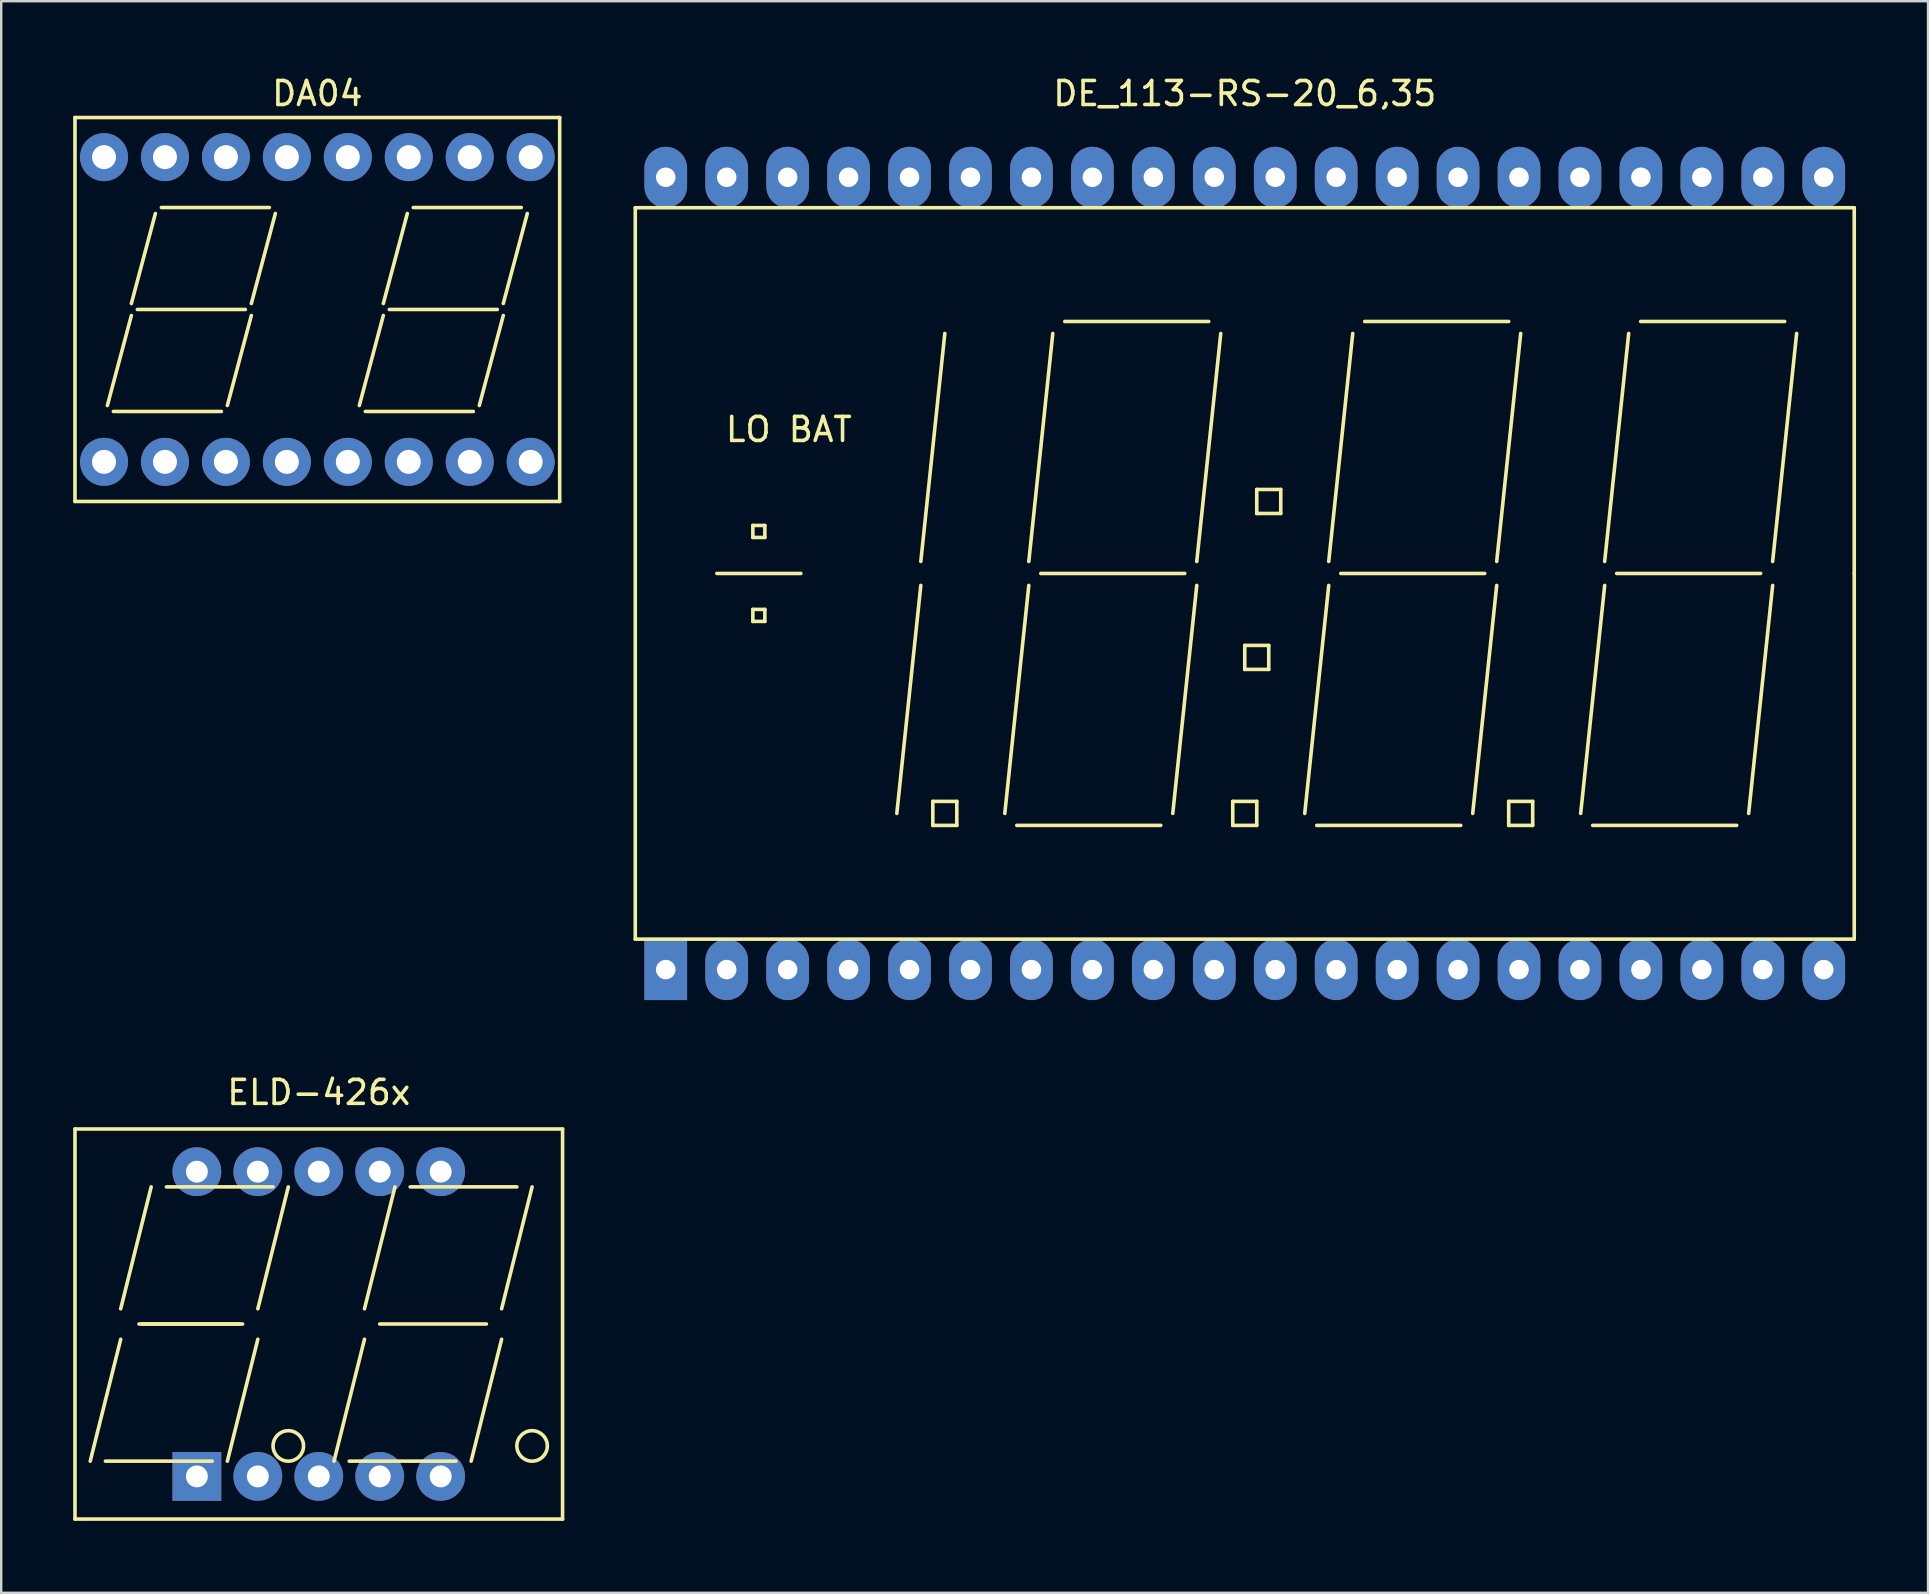
<source format=kicad_pcb>
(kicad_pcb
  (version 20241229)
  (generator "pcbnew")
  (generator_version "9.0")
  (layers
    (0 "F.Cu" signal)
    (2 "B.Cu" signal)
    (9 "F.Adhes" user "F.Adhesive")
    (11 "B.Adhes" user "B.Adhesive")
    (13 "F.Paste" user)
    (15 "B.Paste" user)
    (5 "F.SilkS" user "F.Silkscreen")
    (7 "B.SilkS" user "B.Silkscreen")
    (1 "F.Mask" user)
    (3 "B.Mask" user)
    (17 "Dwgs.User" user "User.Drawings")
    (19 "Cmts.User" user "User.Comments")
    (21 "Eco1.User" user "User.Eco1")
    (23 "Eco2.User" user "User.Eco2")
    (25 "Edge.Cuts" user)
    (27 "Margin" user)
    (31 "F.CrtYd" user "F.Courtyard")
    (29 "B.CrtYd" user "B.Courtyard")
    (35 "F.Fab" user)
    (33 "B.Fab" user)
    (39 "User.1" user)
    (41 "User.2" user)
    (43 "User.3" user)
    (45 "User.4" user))
  (footprint "DA04"
    (layer "F.Cu")
    (at 10.175 9.848)
    (property "Reference" "DA04" (at 0 -9 0) (layer "F.SilkS") (effects (font (size 1 1) (thickness 0.15))))
    (attr through_hole)
    (fp_line (start -10.1 -8) (end 10.1 -8) (stroke (width 0.15) (type solid)) (layer "F.SilkS"))
    (fp_line (start -10.1 8) (end -10.1 -8) (stroke (width 0.15) (type solid)) (layer "F.SilkS"))
    (fp_line (start -8.75 4) (end -7.75 0.25) (stroke (width 0.15) (type solid)) (layer "F.SilkS"))
    (fp_line (start -8.5 4.25) (end -4 4.25) (stroke (width 0.15) (type solid)) (layer "F.SilkS"))
    (fp_line (start -7.75 -0.25) (end -6.75 -4) (stroke (width 0.15) (type solid)) (layer "F.SilkS"))
    (fp_line (start -7.5 0) (end -3 0) (stroke (width 0.15) (type solid)) (layer "F.SilkS"))
    (fp_line (start -6.5 -4.25) (end -2 -4.25) (stroke (width 0.15) (type solid)) (layer "F.SilkS"))
    (fp_line (start -3.75 4) (end -2.75 0.25) (stroke (width 0.15) (type solid)) (layer "F.SilkS"))
    (fp_line (start -2.75 -0.25) (end -1.75 -4) (stroke (width 0.15) (type solid)) (layer "F.SilkS"))
    (fp_line (start 1.75 4) (end 2.75 0.25) (stroke (width 0.15) (type solid)) (layer "F.SilkS"))
    (fp_line (start 2 4.25) (end 6.5 4.25) (stroke (width 0.15) (type solid)) (layer "F.SilkS"))
    (fp_line (start 2.75 -0.25) (end 3.75 -4) (stroke (width 0.15) (type solid)) (layer "F.SilkS"))
    (fp_line (start 3 0) (end 7.5 0) (stroke (width 0.15) (type solid)) (layer "F.SilkS"))
    (fp_line (start 4 -4.25) (end 8.5 -4.25) (stroke (width 0.15) (type solid)) (layer "F.SilkS"))
    (fp_line (start 6.75 4) (end 7.75 0.25) (stroke (width 0.15) (type solid)) (layer "F.SilkS"))
    (fp_line (start 7.75 -0.25) (end 8.75 -4) (stroke (width 0.15) (type solid)) (layer "F.SilkS"))
    (fp_line (start 10.1 -8) (end 10.1 8) (stroke (width 0.15) (type solid)) (layer "F.SilkS"))
    (fp_line (start 10.1 8) (end -10.1 8) (stroke (width 0.15) (type solid)) (layer "F.SilkS"))
    (pad "1" thru_hole circle (at -8.89 6.35) (size 2 2) (drill 1) (layers "*.Cu" "*.Mask"))
    (pad "2" thru_hole circle (at -6.35 6.35) (size 2 2) (drill 1) (layers "*.Cu" "*.Mask"))
    (pad "3" thru_hole circle (at -3.81 6.35) (size 2 2) (drill 1) (layers "*.Cu" "*.Mask"))
    (pad "4" thru_hole circle (at -1.27 6.35) (size 2 2) (drill 1) (layers "*.Cu" "*.Mask"))
    (pad "5" thru_hole circle (at 1.27 6.35) (size 2 2) (drill 1) (layers "*.Cu" "*.Mask"))
    (pad "6" thru_hole circle (at 3.81 6.35) (size 2 2) (drill 1) (layers "*.Cu" "*.Mask"))
    (pad "7" thru_hole circle (at 6.35 6.35) (size 2 2) (drill 1) (layers "*.Cu" "*.Mask"))
    (pad "8" thru_hole circle (at 8.89 6.35) (size 2 2) (drill 1) (layers "*.Cu" "*.Mask"))
    (pad "9" thru_hole circle (at 8.89 -6.35) (size 2 2) (drill 1) (layers "*.Cu" "*.Mask"))
    (pad "10" thru_hole circle (at 6.35 -6.35) (size 2 2) (drill 1) (layers "*.Cu" "*.Mask"))
    (pad "11" thru_hole circle (at 3.81 -6.35) (size 2 2) (drill 1) (layers "*.Cu" "*.Mask"))
    (pad "12" thru_hole circle (at 1.27 -6.35) (size 2 2) (drill 1) (layers "*.Cu" "*.Mask"))
    (pad "13" thru_hole circle (at -1.27 -6.35) (size 2 2) (drill 1) (layers "*.Cu" "*.Mask"))
    (pad "14" thru_hole circle (at -3.81 -6.35) (size 2 2) (drill 1) (layers "*.Cu" "*.Mask"))
    (pad "15" thru_hole circle (at -6.35 -6.35) (size 2 2) (drill 1) (layers "*.Cu" "*.Mask"))
    (pad "16" thru_hole circle (at -8.89 -6.35) (size 2 2) (drill 1) (layers "*.Cu" "*.Mask")))
  (footprint "ELD-426x"
    (layer "F.Cu")
    (at 10.235 52.129)
    (property "Reference" "ELD-426x" (at 0 -9.652 0) (layer "F.SilkS") (effects (font (size 1 1) (thickness 0.15))))
    (attr through_hole)
    (fp_line (start -10.16 -8.128) (end 10.16 -8.128) (stroke (width 0.15) (type solid)) (layer "F.SilkS"))
    (fp_line (start -10.16 8.128) (end -10.16 -8.128) (stroke (width 0.15) (type solid)) (layer "F.SilkS"))
    (fp_line (start -10.16 8.128) (end 10.16 8.128) (stroke (width 0.15) (type solid)) (layer "F.SilkS"))
    (fp_line (start -8.89 5.715) (end -4.445 5.715) (stroke (width 0.15) (type solid)) (layer "F.SilkS"))
    (fp_line (start -8.255 -0.635) (end -6.985 -5.715) (stroke (width 0.15) (type solid)) (layer "F.SilkS"))
    (fp_line (start -8.255 0.635) (end -9.525 5.715) (stroke (width 0.15) (type solid)) (layer "F.SilkS"))
    (fp_line (start -7.493 0) (end -3.175 0) (stroke (width 0.15) (type solid)) (layer "F.SilkS"))
    (fp_line (start -7.366 0) (end -3.302 0) (stroke (width 0.15) (type solid)) (layer "F.SilkS"))
    (fp_line (start -6.35 -5.715) (end -1.905 -5.715) (stroke (width 0.15) (type solid)) (layer "F.SilkS"))
    (fp_line (start -2.54 -0.635) (end -1.27 -5.715) (stroke (width 0.15) (type solid)) (layer "F.SilkS"))
    (fp_line (start -2.54 0.635) (end -3.81 5.715) (stroke (width 0.15) (type solid)) (layer "F.SilkS"))
    (fp_line (start 0.635 5.715) (end 1.905 0.635) (stroke (width 0.15) (type solid)) (layer "F.SilkS"))
    (fp_line (start 1.27 5.715) (end 5.715 5.715) (stroke (width 0.15) (type solid)) (layer "F.SilkS"))
    (fp_line (start 1.905 -0.635) (end 3.175 -5.715) (stroke (width 0.15) (type solid)) (layer "F.SilkS"))
    (fp_line (start 2.54 0) (end 6.985 0) (stroke (width 0.15) (type solid)) (layer "F.SilkS"))
    (fp_line (start 3.81 -5.715) (end 8.255 -5.715) (stroke (width 0.15) (type solid)) (layer "F.SilkS"))
    (fp_line (start 7.62 -0.635) (end 8.89 -5.715) (stroke (width 0.15) (type solid)) (layer "F.SilkS"))
    (fp_line (start 7.62 0.635) (end 6.35 5.715) (stroke (width 0.15) (type solid)) (layer "F.SilkS"))
    (fp_line (start 10.16 -8.128) (end 10.16 8.128) (stroke (width 0.15) (type solid)) (layer "F.SilkS"))
    (fp_circle (center -1.27 5.08) (end -0.635 5.08) (stroke (width 0.15) (type solid)) (fill no) (layer "F.SilkS"))
    (fp_circle (center 8.89 5.08) (end 9.525 5.08) (stroke (width 0.15) (type solid)) (fill no) (layer "F.SilkS"))
    (pad "1" thru_hole rect (at -5.08 6.35) (size 2.032 2.032) (drill 0.914) (layers "*.Cu" "*.Mask"))
    (pad "2" thru_hole circle (at -2.54 6.35) (size 2.032 2.032) (drill 0.914) (layers "*.Cu" "*.Mask"))
    (pad "3" thru_hole circle (at 0 6.35) (size 2.032 2.032) (drill 0.914) (layers "*.Cu" "*.Mask"))
    (pad "4" thru_hole circle (at 2.54 6.35) (size 2.032 2.032) (drill 0.914) (layers "*.Cu" "*.Mask"))
    (pad "5" thru_hole circle (at 5.08 6.35) (size 2.032 2.032) (drill 0.914) (layers "*.Cu" "*.Mask"))
    (pad "6" thru_hole circle (at 5.08 -6.35) (size 2.032 2.032) (drill 0.914) (layers "*.Cu" "*.Mask"))
    (pad "7" thru_hole circle (at 2.54 -6.35) (size 2.032 2.032) (drill 0.914) (layers "*.Cu" "*.Mask"))
    (pad "8" thru_hole circle (at 0 -6.35) (size 2.032 2.032) (drill 0.914) (layers "*.Cu" "*.Mask"))
    (pad "9" thru_hole circle (at -2.54 -6.35) (size 2.032 2.032) (drill 0.914) (layers "*.Cu" "*.Mask"))
    (pad "10" thru_hole circle (at -5.08 -6.35) (size 2.032 2.032) (drill 0.914) (layers "*.Cu" "*.Mask")))
  (footprint "DE_113-RS-20_6,35"
    (layer "F.Cu")
    (at 48.825 20.848)
    (property "Reference" "DE_113-RS-20_6,35" (at 0 -20 0) (layer "F.SilkS") (effects (font (size 1 1) (thickness 0.15))))
    (attr through_hole)
    (fp_line (start -25.4 -15.24) (end 25.4 -15.24) (stroke (width 0.15) (type solid)) (layer "F.SilkS"))
    (fp_line (start -25.4 15.24) (end -25.4 -15.24) (stroke (width 0.15) (type solid)) (layer "F.SilkS"))
    (fp_line (start -22 0) (end -18.5 0) (stroke (width 0.15) (type solid)) (layer "F.SilkS"))
    (fp_line (start -20.5 -2) (end -20.5 -1.5) (stroke (width 0.15) (type solid)) (layer "F.SilkS"))
    (fp_line (start -20.5 -1.5) (end -20 -1.5) (stroke (width 0.15) (type solid)) (layer "F.SilkS"))
    (fp_line (start -20.5 1.5) (end -20.5 2) (stroke (width 0.15) (type solid)) (layer "F.SilkS"))
    (fp_line (start -20.5 2) (end -20 2) (stroke (width 0.15) (type solid)) (layer "F.SilkS"))
    (fp_line (start -20 -2) (end -20.5 -2) (stroke (width 0.15) (type solid)) (layer "F.SilkS"))
    (fp_line (start -20 -1.5) (end -20 -2) (stroke (width 0.15) (type solid)) (layer "F.SilkS"))
    (fp_line (start -20 1.5) (end -20.5 1.5) (stroke (width 0.15) (type solid)) (layer "F.SilkS"))
    (fp_line (start -20 2) (end -20 1.5) (stroke (width 0.15) (type solid)) (layer "F.SilkS"))
    (fp_line (start -13.5 0.5) (end -14.5 10) (stroke (width 0.15) (type solid)) (layer "F.SilkS"))
    (fp_line (start -13 9.5) (end -12 9.5) (stroke (width 0.15) (type solid)) (layer "F.SilkS"))
    (fp_line (start -13 10.5) (end -13 9.5) (stroke (width 0.15) (type solid)) (layer "F.SilkS"))
    (fp_line (start -12.5 -10) (end -13.5 -0.5) (stroke (width 0.15) (type solid)) (layer "F.SilkS"))
    (fp_line (start -12 9.5) (end -12 10.5) (stroke (width 0.15) (type solid)) (layer "F.SilkS"))
    (fp_line (start -12 10.5) (end -13 10.5) (stroke (width 0.15) (type solid)) (layer "F.SilkS"))
    (fp_line (start -9.5 10.5) (end -3.5 10.5) (stroke (width 0.15) (type solid)) (layer "F.SilkS"))
    (fp_line (start -9 0.5) (end -10 10) (stroke (width 0.15) (type solid)) (layer "F.SilkS"))
    (fp_line (start -8.5 0) (end -2.5 0) (stroke (width 0.15) (type solid)) (layer "F.SilkS"))
    (fp_line (start -8 -10) (end -9 -0.5) (stroke (width 0.15) (type solid)) (layer "F.SilkS"))
    (fp_line (start -7.5 -10.5) (end -1.5 -10.5) (stroke (width 0.15) (type solid)) (layer "F.SilkS"))
    (fp_line (start -2 0.5) (end -3 10) (stroke (width 0.15) (type solid)) (layer "F.SilkS"))
    (fp_line (start -1 -10) (end -2 -0.5) (stroke (width 0.15) (type solid)) (layer "F.SilkS"))
    (fp_line (start -0.5 9.5) (end 0.5 9.5) (stroke (width 0.15) (type solid)) (layer "F.SilkS"))
    (fp_line (start -0.5 10.5) (end -0.5 9.5) (stroke (width 0.15) (type solid)) (layer "F.SilkS"))
    (fp_line (start 0 3) (end 1 3) (stroke (width 0.15) (type solid)) (layer "F.SilkS"))
    (fp_line (start 0 4) (end 0 3) (stroke (width 0.15) (type solid)) (layer "F.SilkS"))
    (fp_line (start 0.5 -3.5) (end 0.5 -2.5) (stroke (width 0.15) (type solid)) (layer "F.SilkS"))
    (fp_line (start 0.5 -2.5) (end 1.5 -2.5) (stroke (width 0.15) (type solid)) (layer "F.SilkS"))
    (fp_line (start 0.5 9.5) (end 0.5 10.5) (stroke (width 0.15) (type solid)) (layer "F.SilkS"))
    (fp_line (start 0.5 10.5) (end -0.5 10.5) (stroke (width 0.15) (type solid)) (layer "F.SilkS"))
    (fp_line (start 1 3) (end 1 4) (stroke (width 0.15) (type solid)) (layer "F.SilkS"))
    (fp_line (start 1 4) (end 0 4) (stroke (width 0.15) (type solid)) (layer "F.SilkS"))
    (fp_line (start 1.5 -3.5) (end 0.5 -3.5) (stroke (width 0.15) (type solid)) (layer "F.SilkS"))
    (fp_line (start 1.5 -2.5) (end 1.5 -3.5) (stroke (width 0.15) (type solid)) (layer "F.SilkS"))
    (fp_line (start 3 10.5) (end 9 10.5) (stroke (width 0.15) (type solid)) (layer "F.SilkS"))
    (fp_line (start 3.5 0.5) (end 2.5 10) (stroke (width 0.15) (type solid)) (layer "F.SilkS"))
    (fp_line (start 4 0) (end 10 0) (stroke (width 0.15) (type solid)) (layer "F.SilkS"))
    (fp_line (start 4.5 -10) (end 3.5 -0.5) (stroke (width 0.15) (type solid)) (layer "F.SilkS"))
    (fp_line (start 5 -10.5) (end 11 -10.5) (stroke (width 0.15) (type solid)) (layer "F.SilkS"))
    (fp_line (start 10.5 0.5) (end 9.5 10) (stroke (width 0.15) (type solid)) (layer "F.SilkS"))
    (fp_line (start 11 9.5) (end 12 9.5) (stroke (width 0.15) (type solid)) (layer "F.SilkS"))
    (fp_line (start 11 10.5) (end 11 9.5) (stroke (width 0.15) (type solid)) (layer "F.SilkS"))
    (fp_line (start 11.5 -10) (end 10.5 -0.5) (stroke (width 0.15) (type solid)) (layer "F.SilkS"))
    (fp_line (start 12 9.5) (end 12 10.5) (stroke (width 0.15) (type solid)) (layer "F.SilkS"))
    (fp_line (start 12 10.5) (end 11 10.5) (stroke (width 0.15) (type solid)) (layer "F.SilkS"))
    (fp_line (start 14.5 10.5) (end 20.5 10.5) (stroke (width 0.15) (type solid)) (layer "F.SilkS"))
    (fp_line (start 15 0.5) (end 14 10) (stroke (width 0.15) (type solid)) (layer "F.SilkS"))
    (fp_line (start 15.5 0) (end 21.5 0) (stroke (width 0.15) (type solid)) (layer "F.SilkS"))
    (fp_line (start 16 -10) (end 15 -0.5) (stroke (width 0.15) (type solid)) (layer "F.SilkS"))
    (fp_line (start 16.5 -10.5) (end 22.5 -10.5) (stroke (width 0.15) (type solid)) (layer "F.SilkS"))
    (fp_line (start 22 0.5) (end 21 10) (stroke (width 0.15) (type solid)) (layer "F.SilkS"))
    (fp_line (start 23 -10) (end 22 -0.5) (stroke (width 0.15) (type solid)) (layer "F.SilkS"))
    (fp_line (start 25.4 -15.24) (end 25.4 0) (stroke (width 0.15) (type solid)) (layer "F.SilkS"))
    (fp_line (start 25.4 0) (end 25.4 15.24) (stroke (width 0.15) (type solid)) (layer "F.SilkS"))
    (fp_line (start 25.4 15.24) (end -25.4 15.24) (stroke (width 0.15) (type solid)) (layer "F.SilkS"))
    (fp_text user "LO BAT" (at -19 -6 0) (layer "F.SilkS") (effects (font (size 1 1) (thickness 0.15))))
    (pad "1" thru_hole rect (at -24.13 16.51) (size 1.778 2.54) (drill 0.813) (layers "*.Cu" "*.Mask"))
    (pad "2" thru_hole oval (at -21.59 16.51) (size 1.778 2.54) (drill 0.813) (layers "*.Cu" "*.Mask"))
    (pad "3" thru_hole oval (at -19.05 16.51) (size 1.778 2.54) (drill 0.813) (layers "*.Cu" "*.Mask"))
    (pad "4" thru_hole oval (at -16.51 16.51) (size 1.778 2.54) (drill 0.813) (layers "*.Cu" "*.Mask"))
    (pad "5" thru_hole oval (at -13.97 16.51) (size 1.778 2.54) (drill 0.813) (layers "*.Cu" "*.Mask"))
    (pad "6" thru_hole oval (at -11.43 16.51) (size 1.778 2.54) (drill 0.813) (layers "*.Cu" "*.Mask"))
    (pad "7" thru_hole oval (at -8.89 16.51) (size 1.778 2.54) (drill 0.813) (layers "*.Cu" "*.Mask"))
    (pad "8" thru_hole oval (at -6.35 16.51) (size 1.778 2.54) (drill 0.813) (layers "*.Cu" "*.Mask"))
    (pad "9" thru_hole oval (at -3.81 16.51) (size 1.778 2.54) (drill 0.813) (layers "*.Cu" "*.Mask"))
    (pad "10" thru_hole oval (at -1.27 16.51) (size 1.778 2.54) (drill 0.813) (layers "*.Cu" "*.Mask"))
    (pad "11" thru_hole oval (at 1.27 16.51) (size 1.778 2.54) (drill 0.813) (layers "*.Cu" "*.Mask"))
    (pad "12" thru_hole oval (at 3.81 16.51) (size 1.778 2.54) (drill 0.813) (layers "*.Cu" "*.Mask"))
    (pad "13" thru_hole oval (at 6.35 16.51) (size 1.778 2.54) (drill 0.813) (layers "*.Cu" "*.Mask"))
    (pad "14" thru_hole oval (at 8.89 16.51) (size 1.778 2.54) (drill 0.813) (layers "*.Cu" "*.Mask"))
    (pad "15" thru_hole oval (at 11.43 16.51) (size 1.778 2.54) (drill 0.813) (layers "*.Cu" "*.Mask"))
    (pad "16" thru_hole oval (at 13.97 16.51) (size 1.778 2.54) (drill 0.813) (layers "*.Cu" "*.Mask"))
    (pad "17" thru_hole oval (at 16.51 16.51) (size 1.778 2.54) (drill 0.813) (layers "*.Cu" "*.Mask"))
    (pad "18" thru_hole oval (at 19.05 16.51) (size 1.778 2.54) (drill 0.813) (layers "*.Cu" "*.Mask"))
    (pad "19" thru_hole oval (at 21.59 16.51) (size 1.778 2.54) (drill 0.813) (layers "*.Cu" "*.Mask"))
    (pad "20" thru_hole oval (at 24.13 16.51) (size 1.778 2.54) (drill 0.813) (layers "*.Cu" "*.Mask"))
    (pad "21" thru_hole oval (at 24.13 -16.51) (size 1.778 2.54) (drill 0.813) (layers "*.Cu" "*.Mask"))
    (pad "22" thru_hole oval (at 21.59 -16.51) (size 1.778 2.54) (drill 0.813) (layers "*.Cu" "*.Mask"))
    (pad "23" thru_hole oval (at 19.05 -16.51) (size 1.778 2.54) (drill 0.813) (layers "*.Cu" "*.Mask"))
    (pad "24" thru_hole oval (at 16.51 -16.51) (size 1.778 2.54) (drill 0.813) (layers "*.Cu" "*.Mask"))
    (pad "25" thru_hole oval (at 13.97 -16.51) (size 1.778 2.54) (drill 0.813) (layers "*.Cu" "*.Mask"))
    (pad "26" thru_hole oval (at 11.43 -16.51) (size 1.778 2.54) (drill 0.813) (layers "*.Cu" "*.Mask"))
    (pad "27" thru_hole oval (at 8.89 -16.51) (size 1.778 2.54) (drill 0.813) (layers "*.Cu" "*.Mask"))
    (pad "28" thru_hole oval (at 6.35 -16.51) (size 1.778 2.54) (drill 0.813) (layers "*.Cu" "*.Mask"))
    (pad "29" thru_hole oval (at 3.81 -16.51) (size 1.778 2.54) (drill 0.813) (layers "*.Cu" "*.Mask"))
    (pad "30" thru_hole oval (at 1.27 -16.51) (size 1.778 2.54) (drill 0.813) (layers "*.Cu" "*.Mask"))
    (pad "31" thru_hole oval (at -1.27 -16.51) (size 1.778 2.54) (drill 0.813) (layers "*.Cu" "*.Mask"))
    (pad "32" thru_hole oval (at -3.81 -16.51) (size 1.778 2.54) (drill 0.813) (layers "*.Cu" "*.Mask"))
    (pad "33" thru_hole oval (at -6.35 -16.51) (size 1.778 2.54) (drill 0.813) (layers "*.Cu" "*.Mask"))
    (pad "34" thru_hole oval (at -8.89 -16.51) (size 1.778 2.54) (drill 0.813) (layers "*.Cu" "*.Mask"))
    (pad "35" thru_hole oval (at -11.43 -16.51) (size 1.778 2.54) (drill 0.813) (layers "*.Cu" "*.Mask"))
    (pad "36" thru_hole oval (at -13.97 -16.51) (size 1.778 2.54) (drill 0.813) (layers "*.Cu" "*.Mask"))
    (pad "37" thru_hole oval (at -16.51 -16.51) (size 1.778 2.54) (drill 0.813) (layers "*.Cu" "*.Mask"))
    (pad "38" thru_hole oval (at -19.05 -16.51) (size 1.778 2.54) (drill 0.813) (layers "*.Cu" "*.Mask"))
    (pad "39" thru_hole oval (at -21.59 -16.51) (size 1.778 2.54) (drill 0.813) (layers "*.Cu" "*.Mask"))
    (pad "40" thru_hole oval (at -24.13 -16.51) (size 1.778 2.54) (drill 0.813) (layers "*.Cu" "*.Mask")))
  (gr_rect
    (start -3 -3)
    (end 77.3 63.331)
    (stroke (width 0.1) (type default))
    (fill no)
    (layer "Edge.Cuts")))
</source>
